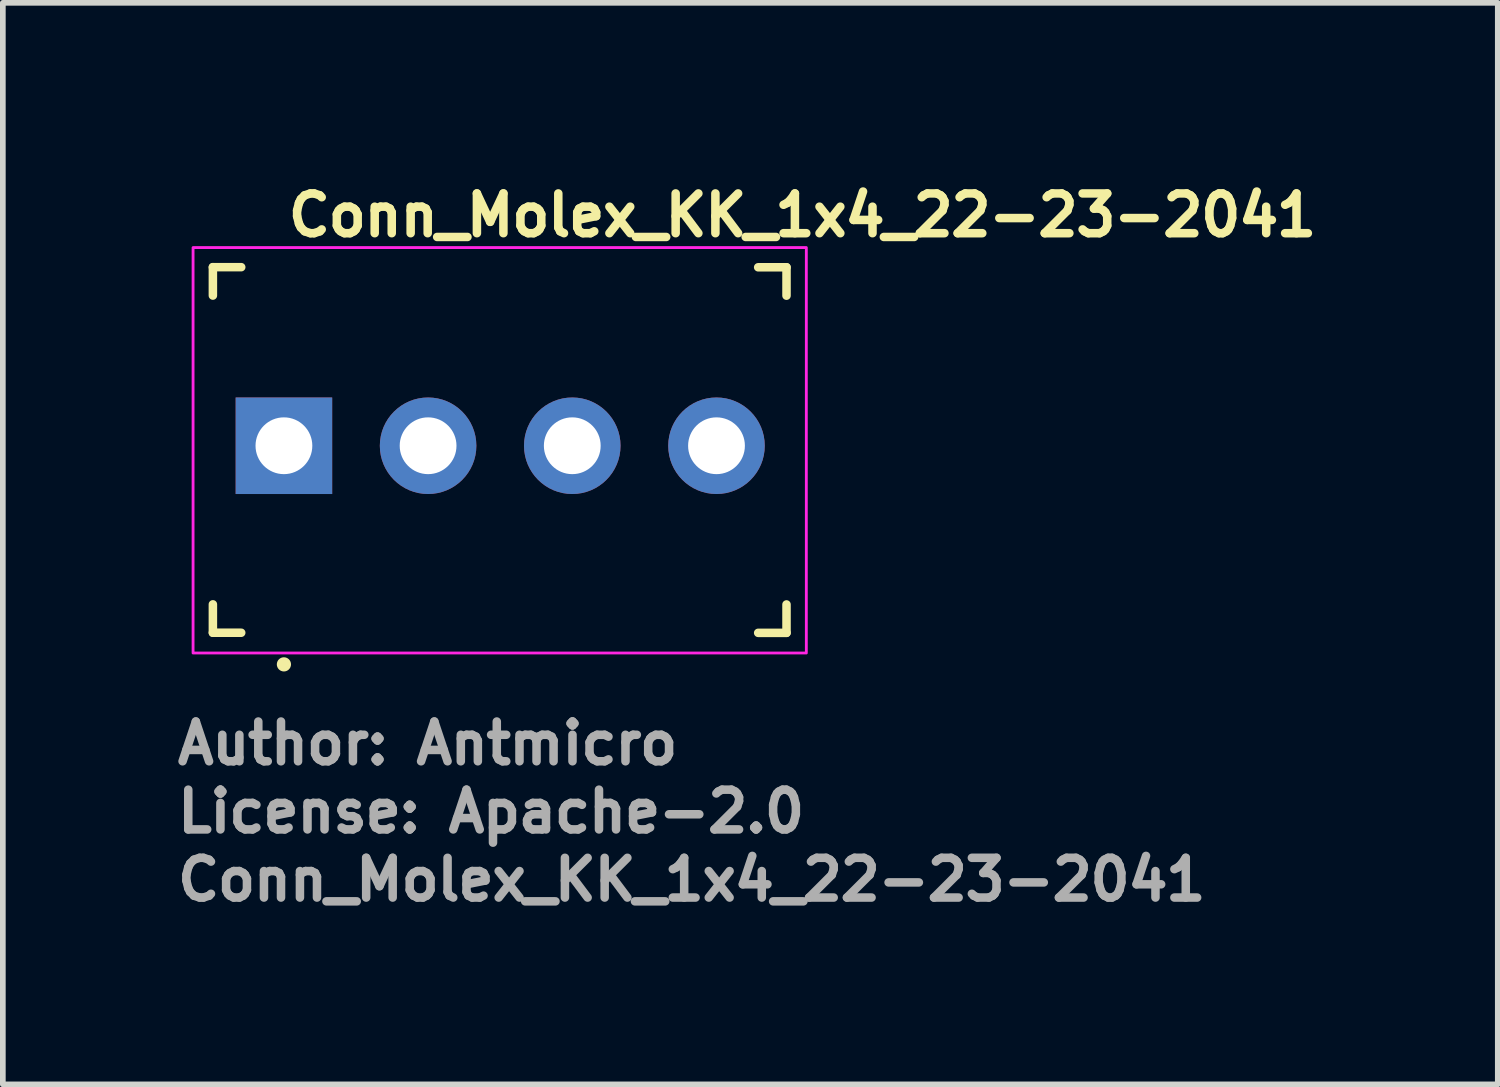
<source format=kicad_pcb>
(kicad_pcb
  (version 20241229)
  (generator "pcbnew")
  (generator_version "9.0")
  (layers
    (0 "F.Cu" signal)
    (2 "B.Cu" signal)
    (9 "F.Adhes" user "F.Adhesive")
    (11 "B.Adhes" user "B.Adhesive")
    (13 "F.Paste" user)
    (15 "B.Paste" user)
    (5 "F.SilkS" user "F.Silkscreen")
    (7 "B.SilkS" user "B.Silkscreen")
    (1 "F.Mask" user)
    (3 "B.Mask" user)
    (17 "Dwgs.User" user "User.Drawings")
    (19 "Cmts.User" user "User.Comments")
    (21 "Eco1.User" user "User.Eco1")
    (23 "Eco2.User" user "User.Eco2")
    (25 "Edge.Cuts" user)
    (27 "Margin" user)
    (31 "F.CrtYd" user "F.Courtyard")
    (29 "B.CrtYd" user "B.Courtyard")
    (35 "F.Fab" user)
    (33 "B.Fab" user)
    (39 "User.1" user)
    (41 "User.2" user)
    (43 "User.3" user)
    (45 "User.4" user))
  (footprint "Conn_Molex_KK_1x4_22-23-2041"
    (layer "F.Cu")
    (at 1.95 4.8)
    (property "Reference" "Conn_Molex_KK_1x4_22-23-2041" (at 0 -3.65 0) (layer "F.SilkS") (effects (font (size 0.7 0.7) (thickness 0.15)) (justify left bottom)))
    (attr through_hole)
    (fp_line (start -1.251 -3.145) (end -1.251 -2.645) (stroke (width 0.15) (type solid)) (layer "F.SilkS"))
    (fp_line (start -1.251 -3.145) (end -0.752 -3.145) (stroke (width 0.15) (type solid)) (layer "F.SilkS"))
    (fp_line (start -1.251 3.293) (end -1.251 2.793) (stroke (width 0.15) (type solid)) (layer "F.SilkS"))
    (fp_line (start -1.251 3.293) (end -0.752 3.293) (stroke (width 0.15) (type solid)) (layer "F.SilkS"))
    (fp_line (start 8.851 -3.143) (end 8.352 -3.143) (stroke (width 0.15) (type solid)) (layer "F.SilkS"))
    (fp_line (start 8.851 -3.143) (end 8.851 -2.643) (stroke (width 0.15) (type solid)) (layer "F.SilkS"))
    (fp_line (start 8.851 3.295) (end 8.352 3.295) (stroke (width 0.15) (type solid)) (layer "F.SilkS"))
    (fp_line (start 8.851 3.295) (end 8.851 2.795) (stroke (width 0.15) (type solid)) (layer "F.SilkS"))
    (fp_circle (center 0 3.85) (end 0.05 3.85) (stroke (width 0.15) (type solid)) (fill yes) (layer "F.SilkS"))
    (fp_rect (start -1.6 -3.49) (end 9.2 3.65) (stroke (width 0.05) (type solid)) (fill no) (layer "F.CrtYd"))
    (fp_rect (start -1.203 -3.098) (end 8.803 3.251) (stroke (width 0.1) (type solid)) (fill no) (layer "User.5"))
    (fp_line (start -1.203 -3.098) (end -1.203 3.251) (stroke (width 0.02) (type solid)) (layer "User.9"))
    (fp_line (start -1.203 -3.098) (end -0.01 -3.098) (stroke (width 0.02) (type solid)) (layer "User.9"))
    (fp_line (start -1.203 3.251) (end 2.911 3.251) (stroke (width 0.02) (type solid)) (layer "User.9"))
    (fp_line (start -0.327 -0.317) (end -0.124 -0.114) (stroke (width 0.02) (type solid)) (layer "User.9"))
    (fp_line (start -0.327 -0.317) (end 0.307 -0.317) (stroke (width 0.02) (type solid)) (layer "User.9"))
    (fp_line (start -0.327 0.317) (end -0.327 -0.317) (stroke (width 0.02) (type solid)) (layer "User.9"))
    (fp_line (start -0.327 0.317) (end -0.124 0.114) (stroke (width 0.02) (type solid)) (layer "User.9"))
    (fp_line (start -0.327 0.317) (end 0.307 0.317) (stroke (width 0.02) (type solid)) (layer "User.9"))
    (fp_line (start -0.124 -0.114) (end 0.104 -0.114) (stroke (width 0.02) (type solid)) (layer "User.9"))
    (fp_line (start -0.124 0.114) (end -0.124 -0.114) (stroke (width 0.02) (type solid)) (layer "User.9"))
    (fp_line (start -0.124 0.114) (end 0.104 0.114) (stroke (width 0.02) (type solid)) (layer "User.9"))
    (fp_line (start -0.01 -3.098) (end -0.01 -2.463) (stroke (width 0.02) (type solid)) (layer "User.9"))
    (fp_line (start -0.01 -3.098) (end 7.61 -3.098) (stroke (width 0.02) (type solid)) (layer "User.9"))
    (fp_line (start -0.01 -2.463) (end -0.01 -1.384) (stroke (width 0.02) (type solid)) (layer "User.9"))
    (fp_line (start -0.01 -2.463) (end 7.61 -2.463) (stroke (width 0.02) (type solid)) (layer "User.9"))
    (fp_line (start -0.01 -1.384) (end 7.61 -1.384) (stroke (width 0.02) (type solid)) (layer "User.9"))
    (fp_line (start 0.104 -0.114) (end 0.104 0.114) (stroke (width 0.02) (type solid)) (layer "User.9"))
    (fp_line (start 0.307 -0.317) (end 0.104 -0.114) (stroke (width 0.02) (type solid)) (layer "User.9"))
    (fp_line (start 0.307 -0.317) (end 0.307 0.317) (stroke (width 0.02) (type solid)) (layer "User.9"))
    (fp_line (start 0.307 0.317) (end 0.104 0.114) (stroke (width 0.02) (type solid)) (layer "User.9"))
    (fp_line (start 2.212 -0.317) (end 2.415 -0.114) (stroke (width 0.02) (type solid)) (layer "User.9"))
    (fp_line (start 2.212 -0.317) (end 2.847 -0.317) (stroke (width 0.02) (type solid)) (layer "User.9"))
    (fp_line (start 2.212 0.317) (end 2.212 -0.317) (stroke (width 0.02) (type solid)) (layer "User.9"))
    (fp_line (start 2.212 0.317) (end 2.415 0.114) (stroke (width 0.02) (type solid)) (layer "User.9"))
    (fp_line (start 2.212 0.317) (end 2.847 0.317) (stroke (width 0.02) (type solid)) (layer "User.9"))
    (fp_line (start 2.415 -0.114) (end 2.644 -0.114) (stroke (width 0.02) (type solid)) (layer "User.9"))
    (fp_line (start 2.415 0.114) (end 2.415 -0.114) (stroke (width 0.02) (type solid)) (layer "User.9"))
    (fp_line (start 2.415 0.114) (end 2.644 0.114) (stroke (width 0.02) (type solid)) (layer "User.9"))
    (fp_line (start 2.644 -0.114) (end 2.644 0.114) (stroke (width 0.02) (type solid)) (layer "User.9"))
    (fp_line (start 2.847 -0.317) (end 2.644 -0.114) (stroke (width 0.02) (type solid)) (layer "User.9"))
    (fp_line (start 2.847 -0.317) (end 2.847 0.317) (stroke (width 0.02) (type solid)) (layer "User.9"))
    (fp_line (start 2.847 0.317) (end 2.644 0.114) (stroke (width 0.02) (type solid)) (layer "User.9"))
    (fp_line (start 3.165 2.997) (end 2.911 3.251) (stroke (width 0.02) (type solid)) (layer "User.9"))
    (fp_line (start 4.434 2.997) (end 3.165 2.997) (stroke (width 0.02) (type solid)) (layer "User.9"))
    (fp_line (start 4.689 3.251) (end 4.434 2.997) (stroke (width 0.02) (type solid)) (layer "User.9"))
    (fp_line (start 4.689 3.251) (end 5.45 3.251) (stroke (width 0.02) (type solid)) (layer "User.9"))
    (fp_line (start 4.752 -0.317) (end 4.955 -0.114) (stroke (width 0.02) (type solid)) (layer "User.9"))
    (fp_line (start 4.752 -0.317) (end 5.387 -0.317) (stroke (width 0.02) (type solid)) (layer "User.9"))
    (fp_line (start 4.752 0.317) (end 4.752 -0.317) (stroke (width 0.02) (type solid)) (layer "User.9"))
    (fp_line (start 4.752 0.317) (end 4.955 0.114) (stroke (width 0.02) (type solid)) (layer "User.9"))
    (fp_line (start 4.752 0.317) (end 5.387 0.317) (stroke (width 0.02) (type solid)) (layer "User.9"))
    (fp_line (start 4.955 -0.114) (end 5.184 -0.114) (stroke (width 0.02) (type solid)) (layer "User.9"))
    (fp_line (start 4.955 0.114) (end 4.955 -0.114) (stroke (width 0.02) (type solid)) (layer "User.9"))
    (fp_line (start 4.955 0.114) (end 5.184 0.114) (stroke (width 0.02) (type solid)) (layer "User.9"))
    (fp_line (start 5.184 -0.114) (end 5.184 0.114) (stroke (width 0.02) (type solid)) (layer "User.9"))
    (fp_line (start 5.387 -0.317) (end 5.184 -0.114) (stroke (width 0.02) (type solid)) (layer "User.9"))
    (fp_line (start 5.387 -0.317) (end 5.387 0.317) (stroke (width 0.02) (type solid)) (layer "User.9"))
    (fp_line (start 5.387 0.317) (end 5.184 0.114) (stroke (width 0.02) (type solid)) (layer "User.9"))
    (fp_line (start 5.705 2.997) (end 5.45 3.251) (stroke (width 0.02) (type solid)) (layer "User.9"))
    (fp_line (start 6.974 2.997) (end 5.705 2.997) (stroke (width 0.02) (type solid)) (layer "User.9"))
    (fp_line (start 7.229 3.251) (end 6.974 2.997) (stroke (width 0.02) (type solid)) (layer "User.9"))
    (fp_line (start 7.229 3.251) (end 8.803 3.251) (stroke (width 0.02) (type solid)) (layer "User.9"))
    (fp_line (start 7.292 -0.317) (end 7.495 -0.114) (stroke (width 0.02) (type solid)) (layer "User.9"))
    (fp_line (start 7.292 -0.317) (end 7.927 -0.317) (stroke (width 0.02) (type solid)) (layer "User.9"))
    (fp_line (start 7.292 0.317) (end 7.292 -0.317) (stroke (width 0.02) (type solid)) (layer "User.9"))
    (fp_line (start 7.292 0.317) (end 7.495 0.114) (stroke (width 0.02) (type solid)) (layer "User.9"))
    (fp_line (start 7.292 0.317) (end 7.927 0.317) (stroke (width 0.02) (type solid)) (layer "User.9"))
    (fp_line (start 7.495 -0.114) (end 7.724 -0.114) (stroke (width 0.02) (type solid)) (layer "User.9"))
    (fp_line (start 7.495 0.114) (end 7.495 -0.114) (stroke (width 0.02) (type solid)) (layer "User.9"))
    (fp_line (start 7.495 0.114) (end 7.724 0.114) (stroke (width 0.02) (type solid)) (layer "User.9"))
    (fp_line (start 7.61 -3.098) (end 7.61 -2.463) (stroke (width 0.02) (type solid)) (layer "User.9"))
    (fp_line (start 7.61 -3.098) (end 8.803 -3.098) (stroke (width 0.02) (type solid)) (layer "User.9"))
    (fp_line (start 7.61 -2.463) (end 7.61 -1.384) (stroke (width 0.02) (type solid)) (layer "User.9"))
    (fp_line (start 7.724 -0.114) (end 7.724 0.114) (stroke (width 0.02) (type solid)) (layer "User.9"))
    (fp_line (start 7.927 -0.317) (end 7.724 -0.114) (stroke (width 0.02) (type solid)) (layer "User.9"))
    (fp_line (start 7.927 -0.317) (end 7.927 0.317) (stroke (width 0.02) (type solid)) (layer "User.9"))
    (fp_line (start 7.927 0.317) (end 7.724 0.114) (stroke (width 0.02) (type solid)) (layer "User.9"))
    (fp_line (start 8.803 -3.098) (end 8.803 3.251) (stroke (width 0.02) (type solid)) (layer "User.9"))
    (fp_text user "${REFERENCE}" (at -1.95 8.05 0) (layer "F.Fab") (effects (font (size 0.7 0.7) (thickness 0.15)) (justify left bottom)))
    (fp_text user "Author: Antmicro" (at -1.95 5.65 0) (layer "F.Fab") (effects (font (size 0.7 0.7) (thickness 0.15)) (justify left bottom)))
    (fp_text user "License: Apache-2.0" (at -1.95 6.85 0) (layer "F.Fab") (effects (font (size 0.7 0.7) (thickness 0.15)) (justify left bottom)))
    (pad "1" thru_hole rect (at 0 0) (size 1.7 1.7) (drill 1) (layers "*.Cu" "*.Mask"))
    (pad "2" thru_hole circle (at 2.539 0) (size 1.7 1.7) (drill 1) (layers "*.Cu" "*.Mask"))
    (pad "3" thru_hole circle (at 5.078 0) (size 1.7 1.7) (drill 1) (layers "*.Cu" "*.Mask"))
    (pad "4" thru_hole circle (at 7.618 0) (size 1.7 1.7) (drill 1) (layers "*.Cu" "*.Mask")))
  (gr_rect
    (start -3 -3)
    (end 23.327 16.046)
    (stroke (width 0.1) (type default))
    (fill no)
    (layer "Edge.Cuts")))
</source>
